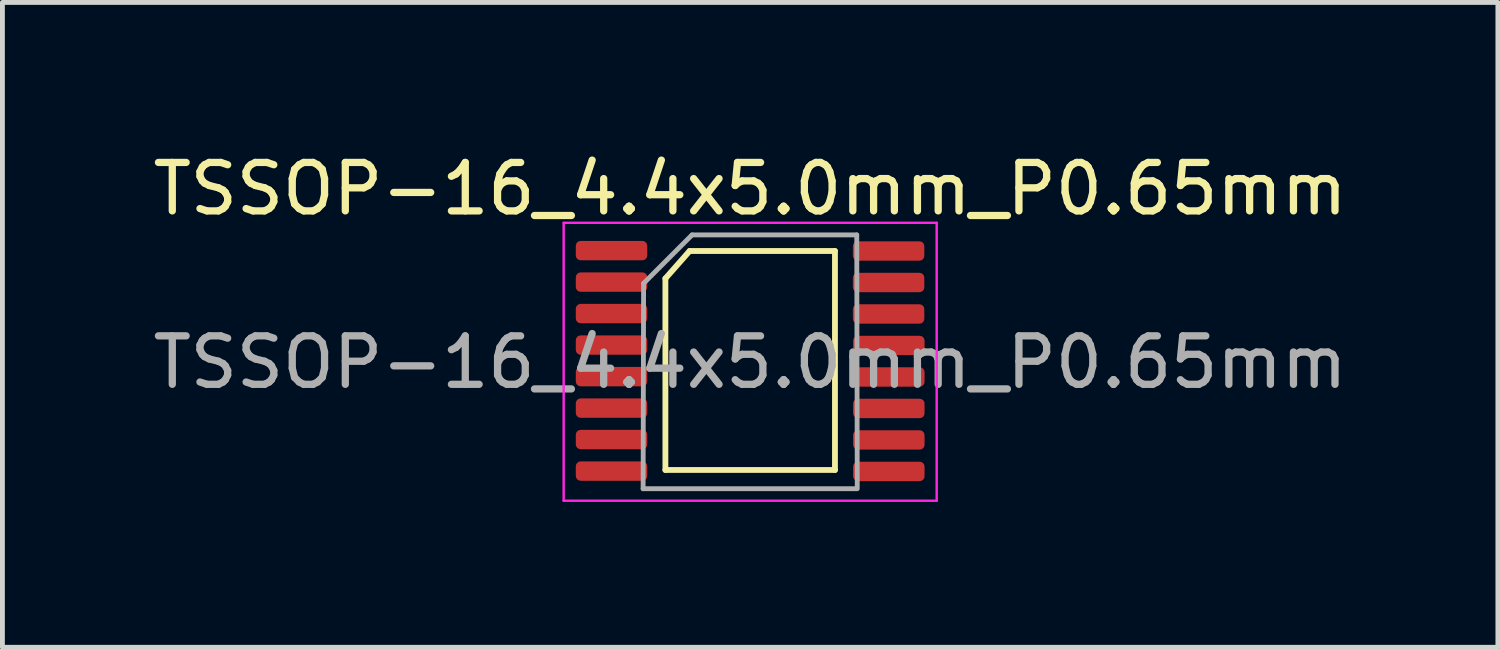
<source format=kicad_pcb>
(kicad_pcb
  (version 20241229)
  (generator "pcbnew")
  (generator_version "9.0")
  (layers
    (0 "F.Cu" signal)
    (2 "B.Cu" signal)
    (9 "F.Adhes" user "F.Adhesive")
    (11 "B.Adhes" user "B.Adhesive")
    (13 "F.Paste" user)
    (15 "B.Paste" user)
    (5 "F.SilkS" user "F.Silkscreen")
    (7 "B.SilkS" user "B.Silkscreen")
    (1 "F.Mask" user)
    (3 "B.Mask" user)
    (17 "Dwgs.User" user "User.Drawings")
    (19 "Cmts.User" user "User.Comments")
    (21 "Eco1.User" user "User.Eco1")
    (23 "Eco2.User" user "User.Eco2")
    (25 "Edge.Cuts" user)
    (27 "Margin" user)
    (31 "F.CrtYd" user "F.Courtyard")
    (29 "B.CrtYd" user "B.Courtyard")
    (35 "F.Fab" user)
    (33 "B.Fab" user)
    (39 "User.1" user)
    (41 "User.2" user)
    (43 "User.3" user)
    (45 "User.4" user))
  (footprint "TSSOP-16_4.4x5.0mm_P0.65mm"
    (layer "F.Cu")
    (at 12.435 4.406)
    (property "Reference" "TSSOP-16_4.4x5.0mm_P0.65mm" (at 0 -3.558 0) (layer "F.SilkS") (effects (font (size 1 1) (thickness 0.15))))
    (attr smd)
    (fp_line (start -1.75 -1.708) (end -1.25 -2.275) (stroke (width 0.12) (type solid)) (layer "F.SilkS"))
    (fp_line (start -1.75 2.245) (end -1.75 -1.708) (stroke (width 0.12) (type solid)) (layer "F.SilkS"))
    (fp_line (start -1.75 2.245) (end 1.75 2.245) (stroke (width 0.12) (type solid)) (layer "F.SilkS"))
    (fp_line (start -1.25 -2.275) (end 1.75 -2.275) (stroke (width 0.12) (type solid)) (layer "F.SilkS"))
    (fp_line (start 1.75 2.245) (end 1.75 -2.275) (stroke (width 0.12) (type solid)) (layer "F.SilkS"))
    (fp_line (start -3.85 -2.857) (end -3.85 2.88) (stroke (width 0.05) (type solid)) (layer "F.CrtYd"))
    (fp_line (start -3.85 2.88) (end 3.85 2.88) (stroke (width 0.05) (type solid)) (layer "F.CrtYd"))
    (fp_line (start 3.85 -2.857) (end -3.85 -2.857) (stroke (width 0.05) (type solid)) (layer "F.CrtYd"))
    (fp_line (start 3.85 2.88) (end 3.85 -2.857) (stroke (width 0.05) (type solid)) (layer "F.CrtYd"))
    (fp_line (start -2.21 2.632) (end -2.2 -1.607) (stroke (width 0.1) (type solid)) (layer "F.Fab"))
    (fp_line (start -2.2 -1.607) (end -1.2 -2.607) (stroke (width 0.1) (type solid)) (layer "F.Fab"))
    (fp_line (start -1.2 -2.607) (end 2.2 -2.607) (stroke (width 0.1) (type solid)) (layer "F.Fab"))
    (fp_line (start 2.19 2.632) (end -2.21 2.632) (stroke (width 0.1) (type solid)) (layer "F.Fab"))
    (fp_line (start 2.2 -2.607) (end 2.21 2.632) (stroke (width 0.1) (type solid)) (layer "F.Fab"))
    (fp_text user "${REFERENCE}" (at 0 0.022 0) (layer "F.Fab") (effects (font (size 1 1) (thickness 0.15))))
    (pad "1" smd roundrect (at -2.862 -2.283) (size 1.475 0.4) (layers "F.Cu" "F.Mask" "F.Paste") (roundrect_rratio 0.25))
    (pad "2" smd roundrect (at -2.862 -1.633) (size 1.475 0.4) (layers "F.Cu" "F.Mask" "F.Paste") (roundrect_rratio 0.25))
    (pad "3" smd roundrect (at -2.862 -0.983) (size 1.475 0.4) (layers "F.Cu" "F.Mask" "F.Paste") (roundrect_rratio 0.25))
    (pad "4" smd roundrect (at -2.862 -0.333) (size 1.475 0.4) (layers "F.Cu" "F.Mask" "F.Paste") (roundrect_rratio 0.25))
    (pad "5" smd roundrect (at -2.862 0.318) (size 1.475 0.4) (layers "F.Cu" "F.Mask" "F.Paste") (roundrect_rratio 0.25))
    (pad "6" smd roundrect (at -2.862 0.968) (size 1.475 0.4) (layers "F.Cu" "F.Mask" "F.Paste") (roundrect_rratio 0.25))
    (pad "7" smd roundrect (at -2.862 1.617) (size 1.475 0.4) (layers "F.Cu" "F.Mask" "F.Paste") (roundrect_rratio 0.25))
    (pad "8" smd roundrect (at -2.862 2.268) (size 1.475 0.4) (layers "F.Cu" "F.Mask" "F.Paste") (roundrect_rratio 0.25))
    (pad "9" smd roundrect (at 2.862 2.275) (size 1.475 0.4) (layers "F.Cu" "F.Mask" "F.Paste") (roundrect_rratio 0.25))
    (pad "10" smd roundrect (at 2.862 1.625) (size 1.475 0.4) (layers "F.Cu" "F.Mask" "F.Paste") (roundrect_rratio 0.25))
    (pad "11" smd roundrect (at 2.862 0.975) (size 1.475 0.4) (layers "F.Cu" "F.Mask" "F.Paste") (roundrect_rratio 0.25))
    (pad "12" smd roundrect (at 2.862 0.325) (size 1.475 0.4) (layers "F.Cu" "F.Mask" "F.Paste") (roundrect_rratio 0.25))
    (pad "13" smd roundrect (at 2.862 -0.325) (size 1.475 0.4) (layers "F.Cu" "F.Mask" "F.Paste") (roundrect_rratio 0.25))
    (pad "14" smd roundrect (at 2.857 -0.975) (size 1.475 0.4) (layers "F.Cu" "F.Mask" "F.Paste") (roundrect_rratio 0.25))
    (pad "15" smd roundrect (at 2.857 -1.625) (size 1.475 0.4) (layers "F.Cu" "F.Mask" "F.Paste") (roundrect_rratio 0.25))
    (pad "16" smd roundrect (at 2.857 -2.275) (size 1.475 0.4) (layers "F.Cu" "F.Mask" "F.Paste") (roundrect_rratio 0.25)))
  (gr_rect
    (start -3 -3)
    (end 27.869 10.311)
    (stroke (width 0.1) (type default))
    (fill no)
    (layer "Edge.Cuts")))
</source>
